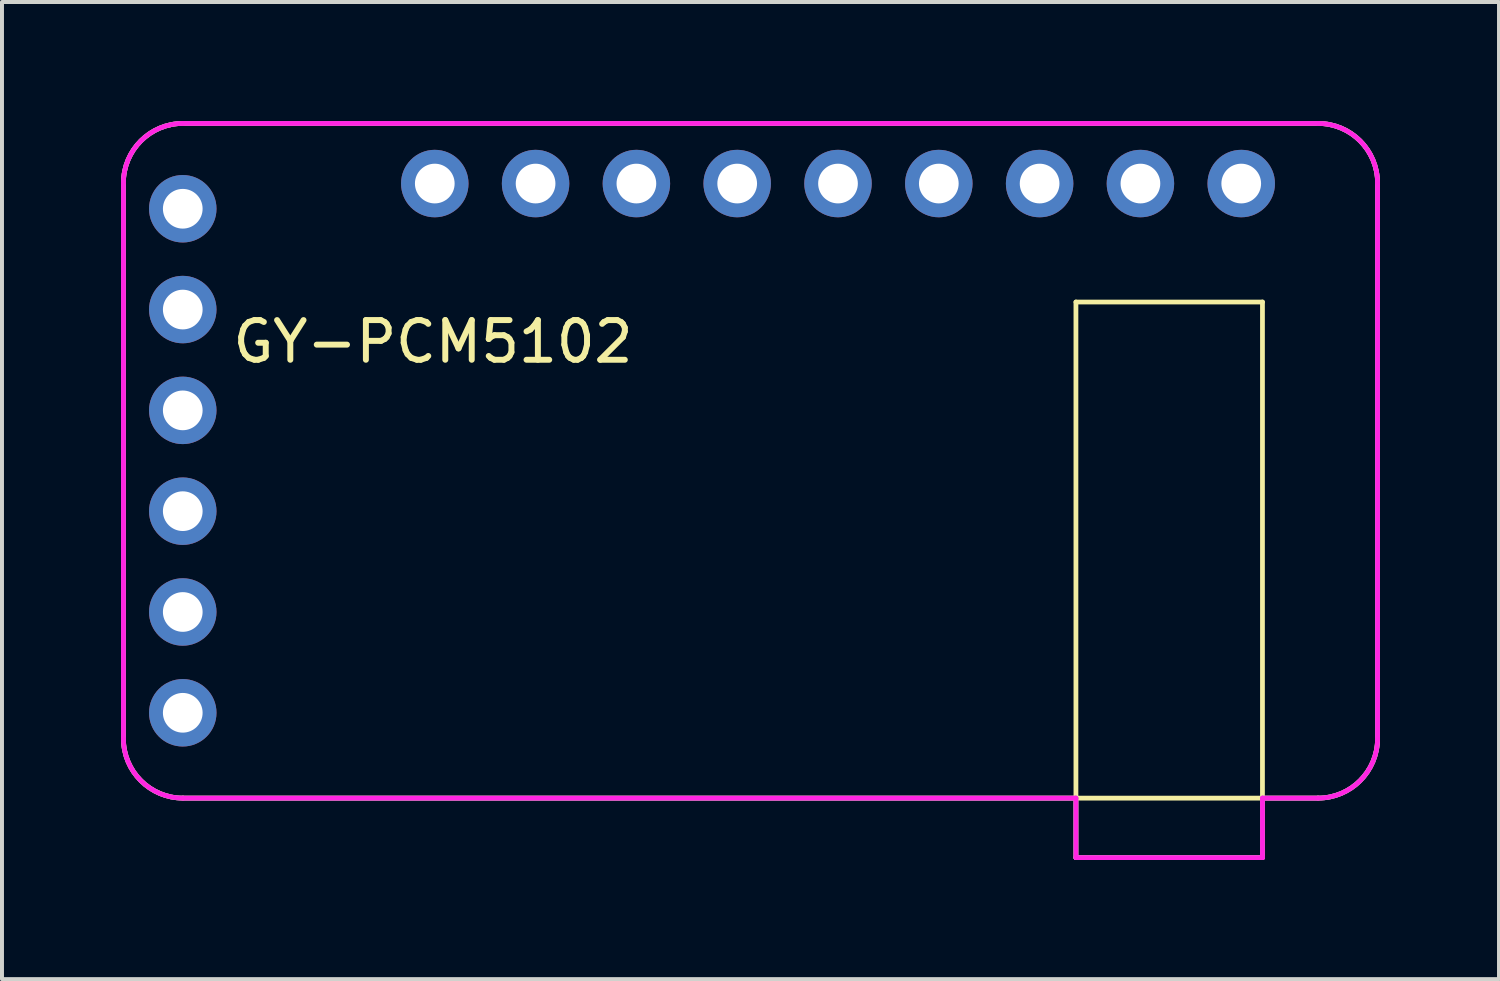
<source format=kicad_pcb>
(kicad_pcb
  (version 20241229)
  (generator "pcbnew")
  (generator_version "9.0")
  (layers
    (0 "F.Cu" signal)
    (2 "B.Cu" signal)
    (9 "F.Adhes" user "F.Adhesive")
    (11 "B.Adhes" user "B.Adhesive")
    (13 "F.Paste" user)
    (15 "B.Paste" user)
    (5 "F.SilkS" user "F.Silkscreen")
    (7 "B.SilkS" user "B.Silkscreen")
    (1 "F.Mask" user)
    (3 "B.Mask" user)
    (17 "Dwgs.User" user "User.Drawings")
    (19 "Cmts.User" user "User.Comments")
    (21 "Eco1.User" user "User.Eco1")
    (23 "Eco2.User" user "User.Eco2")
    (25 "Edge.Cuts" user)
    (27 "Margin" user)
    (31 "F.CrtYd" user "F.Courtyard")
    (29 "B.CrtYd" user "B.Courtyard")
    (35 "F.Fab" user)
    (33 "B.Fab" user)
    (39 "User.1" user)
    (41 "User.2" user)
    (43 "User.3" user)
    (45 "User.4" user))
  (footprint "GY-PCM5102"
    (layer "F.Cu")
    (at 15.86 8.56)
    (property "Reference" "GY-PCM5102" (at -8 -3 0) (layer "F.SilkS") (effects (font (size 1 1) (thickness 0.15))))
    (attr through_hole)
    (fp_line (start -15.8 -7) (end -15.8 7) (stroke (width 0.12) (type solid)) (layer "F.SilkS"))
    (fp_line (start -14.3 8.5) (end 14.3 8.5) (stroke (width 0.12) (type solid)) (layer "F.SilkS"))
    (fp_line (start 8.2 -4) (end 12.9 -4) (stroke (width 0.12) (type solid)) (layer "F.SilkS"))
    (fp_line (start 8.2 10) (end 8.2 -4) (stroke (width 0.12) (type solid)) (layer "F.SilkS"))
    (fp_line (start 12.9 -4) (end 12.9 10) (stroke (width 0.12) (type solid)) (layer "F.SilkS"))
    (fp_line (start 12.9 10) (end 8.2 10) (stroke (width 0.12) (type solid)) (layer "F.SilkS"))
    (fp_line (start 14.3 -8.5) (end -14.3 -8.5) (stroke (width 0.12) (type solid)) (layer "F.SilkS"))
    (fp_line (start 15.8 7) (end 15.8 -7) (stroke (width 0.12) (type solid)) (layer "F.SilkS"))
    (fp_arc (start -15.8 -7) (mid -15.36066 -8.06066) (end -14.3 -8.5) (stroke (width 0.12) (type solid)) (layer "F.SilkS"))
    (fp_arc (start -14.3 8.5) (mid -15.36066 8.06066) (end -15.8 7) (stroke (width 0.12) (type solid)) (layer "F.SilkS"))
    (fp_arc (start 14.3 -8.5) (mid 15.36066 -8.06066) (end 15.8 -7) (stroke (width 0.12) (type solid)) (layer "F.SilkS"))
    (fp_arc (start 15.8 7) (mid 15.36066 8.06066) (end 14.3 8.5) (stroke (width 0.12) (type solid)) (layer "F.SilkS"))
    (fp_line (start -15.8 -7) (end -15.8 7) (stroke (width 0.12) (type solid)) (layer "F.CrtYd"))
    (fp_line (start 8.2 8.5) (end -14.3 8.5) (stroke (width 0.12) (type solid)) (layer "F.CrtYd"))
    (fp_line (start 8.2 10) (end 8.2 8.5) (stroke (width 0.12) (type solid)) (layer "F.CrtYd"))
    (fp_line (start 12.9 8.5) (end 12.9 10) (stroke (width 0.12) (type solid)) (layer "F.CrtYd"))
    (fp_line (start 12.9 8.5) (end 14.3 8.5) (stroke (width 0.12) (type solid)) (layer "F.CrtYd"))
    (fp_line (start 12.9 10) (end 8.2 10) (stroke (width 0.12) (type solid)) (layer "F.CrtYd"))
    (fp_line (start 14.3 -8.5) (end -14.3 -8.5) (stroke (width 0.12) (type solid)) (layer "F.CrtYd"))
    (fp_line (start 15.8 7) (end 15.8 -7) (stroke (width 0.12) (type solid)) (layer "F.CrtYd"))
    (fp_arc (start -15.8 -7) (mid -15.36066 -8.06066) (end -14.3 -8.5) (stroke (width 0.12) (type solid)) (layer "F.CrtYd"))
    (fp_arc (start -14.3 8.5) (mid -15.36066 8.06066) (end -15.8 7) (stroke (width 0.12) (type solid)) (layer "F.CrtYd"))
    (fp_arc (start 14.3 -8.5) (mid 15.36066 -8.06066) (end 15.8 -7) (stroke (width 0.12) (type solid)) (layer "F.CrtYd"))
    (fp_arc (start 15.8 7) (mid 15.36066 8.06066) (end 14.3 8.5) (stroke (width 0.12) (type solid)) (layer "F.CrtYd"))
    (fp_line (start -15.8 -7) (end -15.8 7) (stroke (width 0.12) (type solid)) (layer "F.Fab"))
    (fp_line (start 8.2 8.5) (end -14.3 8.5) (stroke (width 0.12) (type solid)) (layer "F.Fab"))
    (fp_line (start 8.2 10) (end 8.2 8.5) (stroke (width 0.12) (type solid)) (layer "F.Fab"))
    (fp_line (start 12.9 8.5) (end 12.9 10) (stroke (width 0.12) (type solid)) (layer "F.Fab"))
    (fp_line (start 12.9 8.5) (end 14.3 8.5) (stroke (width 0.12) (type solid)) (layer "F.Fab"))
    (fp_line (start 12.9 10) (end 8.2 10) (stroke (width 0.12) (type solid)) (layer "F.Fab"))
    (fp_line (start 14.3 -8.5) (end -14.3 -8.5) (stroke (width 0.12) (type solid)) (layer "F.Fab"))
    (fp_line (start 15.8 7) (end 15.8 -7) (stroke (width 0.12) (type solid)) (layer "F.Fab"))
    (fp_arc (start -15.8 -7) (mid -15.36066 -8.06066) (end -14.3 -8.5) (stroke (width 0.12) (type solid)) (layer "F.Fab"))
    (fp_arc (start -14.3 8.5) (mid -15.36066 8.06066) (end -15.8 7) (stroke (width 0.12) (type solid)) (layer "F.Fab"))
    (fp_arc (start 14.3 -8.5) (mid 15.36066 -8.06066) (end 15.8 -7) (stroke (width 0.12) (type solid)) (layer "F.Fab"))
    (fp_arc (start 15.8 7) (mid 15.36066 8.06066) (end 14.3 8.5) (stroke (width 0.12) (type solid)) (layer "F.Fab"))
    (pad "1" thru_hole circle (at -14.305 -6.35) (size 1.7 1.7) (drill 1) (layers "*.Cu" "*.Mask"))
    (pad "2" thru_hole circle (at -14.305 -3.81) (size 1.7 1.7) (drill 1) (layers "*.Cu" "*.Mask"))
    (pad "3" thru_hole circle (at -14.305 -1.27) (size 1.7 1.7) (drill 1) (layers "*.Cu" "*.Mask"))
    (pad "4" thru_hole circle (at -14.305 1.27) (size 1.7 1.7) (drill 1) (layers "*.Cu" "*.Mask"))
    (pad "5" thru_hole circle (at -14.305 3.81) (size 1.7 1.7) (drill 1) (layers "*.Cu" "*.Mask"))
    (pad "6" thru_hole circle (at -14.305 6.35) (size 1.7 1.7) (drill 1) (layers "*.Cu" "*.Mask"))
    (pad "7" thru_hole circle (at 12.365 -6.985) (size 1.7 1.7) (drill 1) (layers "*.Cu" "*.Mask"))
    (pad "8" thru_hole circle (at 9.825 -6.985) (size 1.7 1.7) (drill 1) (layers "*.Cu" "*.Mask"))
    (pad "9" thru_hole circle (at 7.285 -6.985) (size 1.7 1.7) (drill 1) (layers "*.Cu" "*.Mask"))
    (pad "10" thru_hole circle (at 4.745 -6.985) (size 1.7 1.7) (drill 1) (layers "*.Cu" "*.Mask"))
    (pad "11" thru_hole circle (at 2.205 -6.985) (size 1.7 1.7) (drill 1) (layers "*.Cu" "*.Mask"))
    (pad "12" thru_hole circle (at -0.335 -6.985) (size 1.7 1.7) (drill 1) (layers "*.Cu" "*.Mask"))
    (pad "13" thru_hole circle (at -2.875 -6.985) (size 1.7 1.7) (drill 1) (layers "*.Cu" "*.Mask"))
    (pad "14" thru_hole circle (at -5.415 -6.985) (size 1.7 1.7) (drill 1) (layers "*.Cu" "*.Mask"))
    (pad "15" thru_hole circle (at -7.955 -6.985) (size 1.7 1.7) (drill 1) (layers "*.Cu" "*.Mask")))
  (gr_rect
    (start -3 -3)
    (end 34.72 21.62)
    (stroke (width 0.1) (type default))
    (fill no)
    (layer "Edge.Cuts")))
</source>
